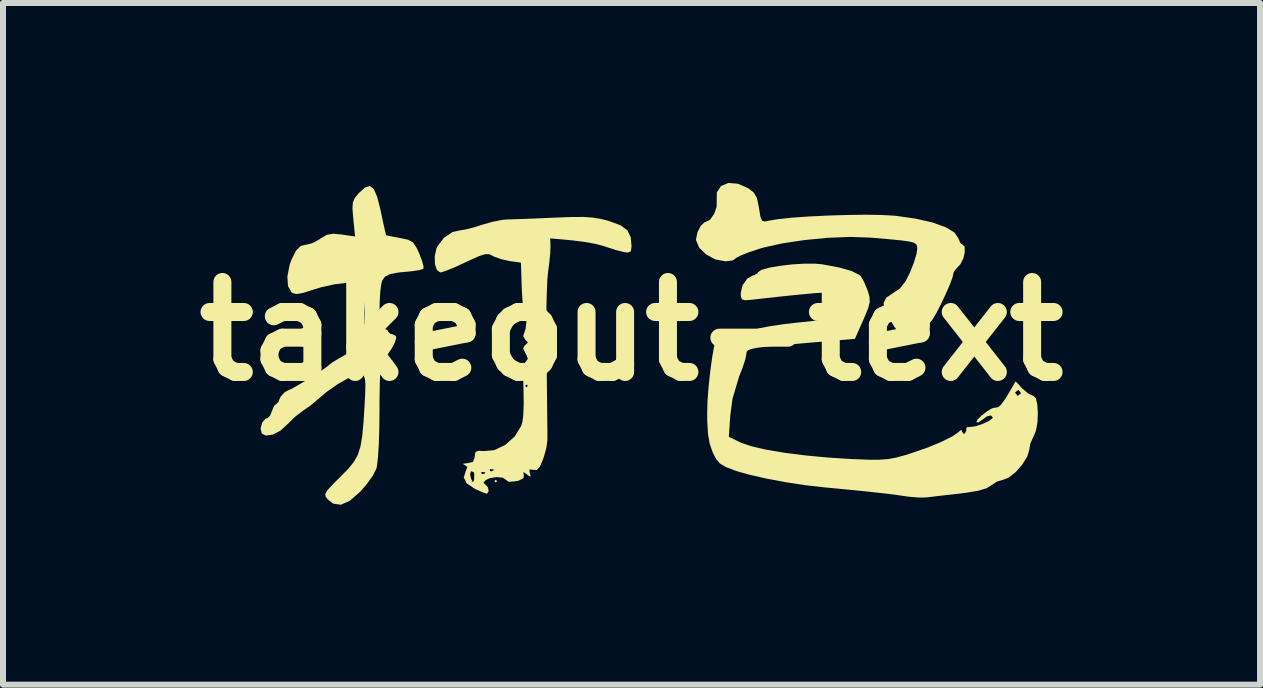
<source format=kicad_pcb>
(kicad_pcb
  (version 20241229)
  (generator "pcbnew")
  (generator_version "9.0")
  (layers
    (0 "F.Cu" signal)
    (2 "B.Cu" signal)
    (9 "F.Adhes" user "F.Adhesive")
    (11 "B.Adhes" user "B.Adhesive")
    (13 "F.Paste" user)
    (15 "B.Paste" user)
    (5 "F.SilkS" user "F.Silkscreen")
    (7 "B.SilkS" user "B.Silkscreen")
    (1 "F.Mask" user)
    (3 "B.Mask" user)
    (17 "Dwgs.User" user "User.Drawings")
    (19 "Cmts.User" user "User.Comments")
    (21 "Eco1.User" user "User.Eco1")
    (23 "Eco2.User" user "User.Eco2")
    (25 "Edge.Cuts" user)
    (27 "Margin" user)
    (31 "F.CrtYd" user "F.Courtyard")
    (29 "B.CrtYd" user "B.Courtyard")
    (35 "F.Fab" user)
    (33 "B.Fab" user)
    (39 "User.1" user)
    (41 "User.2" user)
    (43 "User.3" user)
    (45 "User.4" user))
  (footprint "takeout-text"
    (layer "F.Cu")
    (at 7.479 2.473)
    (property "Reference" "takeout-text" (at 0 0 0) (layer "F.SilkS") (effects (font (size 1.5 1.5) (thickness 0.3))))
    (attr board_only exclude_from_pos_files exclude_from_bom)
    (fp_poly (pts (xy -2.241 2.498) (xy -2.265 2.521) (xy -2.288 2.498) (xy -2.265 2.475)) (stroke (width 0) (type solid)) (fill yes) (layer "F.SilkS"))
    (fp_poly (pts (xy 1.773 -2.46) (xy 1.944 -2.385) (xy 2.037 -2.314) (xy 2.09 -2.223) (xy 2.121 -2.078) (xy 2.125 -2.054) (xy 2.147 -1.914) (xy 2.174 -1.846) (xy 2.22 -1.83) (xy 2.281 -1.842) (xy 2.442 -1.869) (xy 2.675 -1.894) (xy 2.958 -1.914) (xy 3.271 -1.929) (xy 3.591 -1.939) (xy 3.897 -1.943) (xy 4.168 -1.939) (xy 4.383 -1.927) (xy 4.405 -1.925) (xy 4.736 -1.878) (xy 5.016 -1.814) (xy 5.236 -1.735) (xy 5.383 -1.647) (xy 5.445 -1.557) (xy 5.481 -1.473) (xy 5.515 -1.447) (xy 5.552 -1.41) (xy 5.556 -1.321) (xy 5.531 -1.213) (xy 5.483 -1.119) (xy 5.463 -1.097) (xy 5.393 -1.023) (xy 5.369 -0.978) (xy 5.351 -0.897) (xy 5.301 -0.765) (xy 5.231 -0.606) (xy 5.153 -0.441) (xy 5.076 -0.293) (xy 5.011 -0.186) (xy 4.97 -0.14) (xy 4.968 -0.14) (xy 4.91 -0.103) (xy 4.903 -0.069) (xy 4.862 -0.004) (xy 4.765 0.055) (xy 4.646 0.09) (xy 4.605 0.093) (xy 4.522 0.066) (xy 4.475 0.035) (xy 4.392 -0.06) (xy 4.306 -0.198) (xy 4.236 -0.343) (xy 4.203 -0.458) (xy 4.202 -0.47) (xy 4.247 -0.561) (xy 4.362 -0.638) (xy 4.476 -0.715) (xy 4.57 -0.837) (xy 4.643 -0.982) (xy 4.707 -1.144) (xy 4.751 -1.29) (xy 4.763 -1.368) (xy 4.761 -1.415) (xy 4.747 -1.45) (xy 4.709 -1.476) (xy 4.633 -1.496) (xy 4.506 -1.514) (xy 4.315 -1.533) (xy 4.047 -1.556) (xy 3.969 -1.562) (xy 3.643 -1.573) (xy 3.27 -1.558) (xy 2.884 -1.521) (xy 2.516 -1.466) (xy 2.201 -1.396) (xy 2.131 -1.375) (xy 1.953 -1.316) (xy 1.815 -1.261) (xy 1.738 -1.221) (xy 1.728 -1.208) (xy 1.686 -1.181) (xy 1.585 -1.168) (xy 1.561 -1.167) (xy 1.396 -1.199) (xy 1.243 -1.281) (xy 1.128 -1.393) (xy 1.076 -1.518) (xy 1.075 -1.535) (xy 1.099 -1.652) (xy 1.153 -1.758) (xy 1.218 -1.818) (xy 1.235 -1.821) (xy 1.31 -1.861) (xy 1.378 -1.958) (xy 1.419 -2.076) (xy 1.42 -2.157) (xy 1.422 -2.315) (xy 1.492 -2.422) (xy 1.614 -2.473)) (stroke (width 0) (type solid)) (fill yes) (layer "F.SilkS"))
    (fp_poly (pts (xy -4.299 -2.374) (xy -4.242 -2.245) (xy -4.187 -2.031) (xy -4.177 -1.983) (xy -4.141 -1.81) (xy -4.111 -1.678) (xy -4.094 -1.608) (xy -4.092 -1.602) (xy -4.045 -1.59) (xy -3.936 -1.569) (xy -3.859 -1.555) (xy -3.724 -1.526) (xy -3.642 -1.48) (xy -3.582 -1.39) (xy -3.539 -1.294) (xy -3.489 -1.164) (xy -3.467 -1.07) (xy -3.471 -1.043) (xy -3.532 -1.021) (xy -3.647 -1.003) (xy -3.676 -1) (xy -3.891 -0.979) (xy -4.031 -0.951) (xy -4.114 -0.908) (xy -4.158 -0.843) (xy -4.173 -0.787) (xy -4.189 -0.661) (xy -4.199 -0.486) (xy -4.202 -0.344) (xy -4.197 -0.176) (xy -4.18 -0.083) (xy -4.146 -0.048) (xy -4.132 -0.047) (xy -4.07 -0.021) (xy -4.062 0) (xy -4.024 0.041) (xy -3.992 0.047) (xy -3.93 0.078) (xy -3.922 0.105) (xy -3.946 0.188) (xy -4.004 0.296) (xy -4.075 0.398) (xy -4.137 0.46) (xy -4.155 0.467) (xy -4.173 0.513) (xy -4.188 0.647) (xy -4.197 0.865) (xy -4.202 1.161) (xy -4.202 1.3) (xy -4.205 1.617) (xy -4.214 1.892) (xy -4.228 2.109) (xy -4.246 2.254) (xy -4.255 2.293) (xy -4.316 2.411) (xy -4.421 2.557) (xy -4.522 2.673) (xy -4.697 2.826) (xy -4.847 2.892) (xy -4.977 2.873) (xy -5.064 2.804) (xy -5.1 2.757) (xy -5.106 2.712) (xy -5.072 2.652) (xy -4.989 2.56) (xy -4.855 2.427) (xy -4.725 2.295) (xy -4.63 2.179) (xy -4.564 2.061) (xy -4.519 1.92) (xy -4.489 1.739) (xy -4.467 1.497) (xy -4.453 1.274) (xy -4.441 1.043) (xy -4.437 0.889) (xy -4.445 0.795) (xy -4.464 0.744) (xy -4.497 0.721) (xy -4.498 0.72) (xy -4.59 0.727) (xy -4.73 0.785) (xy -4.901 0.883) (xy -5.082 1.01) (xy -5.253 1.154) (xy -5.27 1.17) (xy -5.364 1.246) (xy -5.483 1.328) (xy -5.483 1.328) (xy -5.614 1.429) (xy -5.729 1.543) (xy -5.852 1.656) (xy -5.984 1.724) (xy -6.1 1.738) (xy -6.164 1.704) (xy -6.185 1.622) (xy -6.159 1.525) (xy -6.102 1.457) (xy -6.069 1.447) (xy -6.026 1.408) (xy -5.996 1.331) (xy -5.96 1.243) (xy -5.925 1.214) (xy -5.885 1.178) (xy -5.883 1.164) (xy -5.852 1.092) (xy -5.784 1.017) (xy -5.718 0.981) (xy -5.716 0.981) (xy -5.663 0.957) (xy -5.557 0.897) (xy -5.419 0.814) (xy -5.276 0.724) (xy -5.149 0.641) (xy -5.064 0.581) (xy -5.043 0.561) (xy -4.99 0.52) (xy -4.888 0.458) (xy -4.856 0.44) (xy -4.746 0.377) (xy -4.677 0.33) (xy -4.669 0.323) (xy -4.609 0.286) (xy -4.568 0.268) (xy -4.518 0.205) (xy -4.48 0.072) (xy -4.456 -0.108) (xy -4.45 -0.313) (xy -4.462 -0.519) (xy -4.471 -0.584) (xy -4.509 -0.817) (xy -4.764 -0.806) (xy -4.953 -0.783) (xy -5.17 -0.735) (xy -5.309 -0.693) (xy -5.474 -0.64) (xy -5.577 -0.621) (xy -5.643 -0.633) (xy -5.671 -0.652) (xy -5.728 -0.755) (xy -5.738 -0.914) (xy -5.701 -1.105) (xy -5.668 -1.197) (xy -5.593 -1.346) (xy -5.515 -1.423) (xy -5.412 -1.447) (xy -5.403 -1.447) (xy -5.31 -1.474) (xy -5.195 -1.539) (xy -5.185 -1.547) (xy -5.081 -1.608) (xy -4.972 -1.626) (xy -4.83 -1.613) (xy -4.609 -1.58) (xy -4.639 -1.876) (xy -4.653 -2.042) (xy -4.646 -2.148) (xy -4.613 -2.224) (xy -4.551 -2.3) (xy -4.446 -2.395) (xy -4.364 -2.422)) (stroke (width 0) (type solid)) (fill yes) (layer "F.SilkS"))
    (fp_poly (pts (xy -0.644 -1.895) (xy -0.505 -1.872) (xy -0.374 -1.837) (xy -0.183 -1.767) (xy -0.069 -1.683) (xy -0.013 -1.567) (xy 0 -1.416) (xy -0.012 -1.332) (xy -0.067 -1.312) (xy -0.128 -1.321) (xy -0.257 -1.353) (xy -0.412 -1.403) (xy -0.444 -1.414) (xy -0.584 -1.453) (xy -0.778 -1.489) (xy -0.983 -1.515) (xy -0.993 -1.516) (xy -1.356 -1.549) (xy -1.351 -1.416) (xy -1.356 -1.297) (xy -1.373 -1.129) (xy -1.39 -1.004) (xy -1.403 -0.871) (xy -1.412 -0.664) (xy -1.419 -0.402) (xy -1.422 -0.105) (xy -1.421 0.209) (xy -1.42 0.257) (xy -1.414 0.679) (xy -1.41 1.019) (xy -1.407 1.288) (xy -1.405 1.497) (xy -1.403 1.658) (xy -1.403 1.781) (xy -1.403 1.821) (xy -1.419 1.938) (xy -1.46 2.088) (xy -1.477 2.138) (xy -1.53 2.262) (xy -1.581 2.313) (xy -1.638 2.31) (xy -1.702 2.303) (xy -1.698 2.358) (xy -1.695 2.367) (xy -1.68 2.423) (xy -1.714 2.409) (xy -1.743 2.386) (xy -1.8 2.346) (xy -1.804 2.371) (xy -1.795 2.394) (xy -1.802 2.451) (xy -1.886 2.491) (xy -1.921 2.499) (xy -2.044 2.51) (xy -2.091 2.48) (xy -2.147 2.441) (xy -2.252 2.431) (xy -2.366 2.45) (xy -2.428 2.479) (xy -2.47 2.525) (xy -2.44 2.552) (xy -2.394 2.601) (xy -2.382 2.667) (xy -2.408 2.706) (xy -2.416 2.707) (xy -2.478 2.687) (xy -2.584 2.64) (xy -2.608 2.629) (xy -2.747 2.536) (xy -2.797 2.437) (xy -2.781 2.386) (xy -2.692 2.386) (xy -2.676 2.456) (xy -2.647 2.518) (xy -2.631 2.493) (xy -2.624 2.459) (xy -2.622 2.374) (xy -2.632 2.35) (xy -2.506 2.35) (xy -2.499 2.378) (xy -2.475 2.381) (xy -2.436 2.364) (xy -2.444 2.35) (xy -2.499 2.345) (xy -2.506 2.35) (xy -2.632 2.35) (xy -2.634 2.346) (xy -2.677 2.334) (xy -2.692 2.386) (xy -2.781 2.386) (xy -2.764 2.331) (xy -2.753 2.303) (xy -2.366 2.303) (xy -2.359 2.331) (xy -2.335 2.335) (xy -2.296 2.317) (xy -2.303 2.303) (xy -2.359 2.298) (xy -2.366 2.303) (xy -2.753 2.303) (xy -2.737 2.262) (xy -2.784 2.228) (xy -2.791 2.226) (xy -2.814 2.21) (xy -2.751 2.2) (xy -2.743 2.2) (xy -2.647 2.179) (xy -2.616 2.111) (xy -2.615 2.086) (xy -2.602 2.012) (xy -2.547 1.991) (xy -2.471 1.998) (xy -2.289 1.982) (xy -2.107 1.895) (xy -1.949 1.755) (xy -1.842 1.582) (xy -1.819 1.509) (xy -1.805 1.391) (xy -1.798 1.213) (xy -1.8 1.008) (xy -1.802 0.949) (xy -1.803 0.91) (xy -1.774 0.91) (xy -1.751 0.934) (xy -1.728 0.91) (xy -1.751 0.887) (xy -1.774 0.91) (xy -1.803 0.91) (xy -1.807 0.726) (xy -1.797 0.585) (xy -1.772 0.514) (xy -1.762 0.506) (xy -1.729 0.46) (xy -1.758 0.383) (xy -1.767 0.369) (xy -1.806 0.287) (xy -1.784 0.239) (xy -1.767 0.227) (xy -1.728 0.185) (xy -1.769 0.145) (xy -1.807 0.079) (xy -1.793 0.04) (xy -1.766 -0.041) (xy -1.754 -0.152) (xy -1.756 -0.258) (xy -1.774 -0.321) (xy -1.784 -0.327) (xy -1.8 -0.37) (xy -1.816 -0.485) (xy -1.827 -0.652) (xy -1.831 -0.735) (xy -1.844 -1.144) (xy -2.031 -1.17) (xy -2.178 -1.203) (xy -2.3 -1.249) (xy -2.316 -1.258) (xy -2.373 -1.285) (xy -2.442 -1.285) (xy -2.542 -1.253) (xy -2.696 -1.184) (xy -2.767 -1.151) (xy -2.938 -1.072) (xy -3.082 -1.013) (xy -3.175 -0.982) (xy -3.189 -0.981) (xy -3.246 -1.021) (xy -3.278 -1.121) (xy -3.281 -1.251) (xy -3.253 -1.38) (xy -3.24 -1.41) (xy -3.128 -1.558) (xy -2.984 -1.655) (xy -2.868 -1.681) (xy -2.772 -1.696) (xy -2.624 -1.734) (xy -2.502 -1.773) (xy -2.324 -1.824) (xy -2.151 -1.858) (xy -2.063 -1.865) (xy -1.951 -1.868) (xy -1.77 -1.874) (xy -1.544 -1.883) (xy -1.298 -1.894) (xy -1.278 -1.895) (xy -1.006 -1.905) (xy -0.802 -1.906)) (stroke (width 0) (type solid)) (fill yes) (layer "F.SilkS"))
    (fp_poly (pts (xy 3.175 -1.117) (xy 3.456 -1.065) (xy 3.667 -1.005) (xy 3.798 -0.94) (xy 3.824 -0.916) (xy 3.872 -0.833) (xy 3.926 -0.706) (xy 3.938 -0.675) (xy 3.967 -0.575) (xy 3.971 -0.488) (xy 3.946 -0.387) (xy 3.885 -0.239) (xy 3.862 -0.185) (xy 3.724 0.126) (xy 3.064 0.182) (xy 2.708 0.213) (xy 2.434 0.237) (xy 2.232 0.258) (xy 2.091 0.276) (xy 1.999 0.295) (xy 1.946 0.314) (xy 1.922 0.338) (xy 1.915 0.366) (xy 1.914 0.381) (xy 1.897 0.468) (xy 1.851 0.609) (xy 1.792 0.759) (xy 1.683 1.126) (xy 1.646 1.404) (xy 1.622 1.76) (xy 1.826 1.858) (xy 1.994 1.916) (xy 2.238 1.973) (xy 2.546 2.025) (xy 2.899 2.07) (xy 3.284 2.106) (xy 3.685 2.131) (xy 3.689 2.131) (xy 3.941 2.141) (xy 4.127 2.142) (xy 4.275 2.131) (xy 4.412 2.106) (xy 4.565 2.064) (xy 4.669 2.031) (xy 4.935 1.939) (xy 5.165 1.844) (xy 5.345 1.754) (xy 5.456 1.677) (xy 5.474 1.658) (xy 5.504 1.645) (xy 5.509 1.672) (xy 5.536 1.71) (xy 5.557 1.704) (xy 5.584 1.648) (xy 5.578 1.631) (xy 5.592 1.599) (xy 5.635 1.596) (xy 5.729 1.585) (xy 5.847 1.547) (xy 5.955 1.498) (xy 6.018 1.45) (xy 6.023 1.437) (xy 5.992 1.402) (xy 5.921 1.421) (xy 5.851 1.473) (xy 5.783 1.519) (xy 5.749 1.516) (xy 5.765 1.476) (xy 5.832 1.409) (xy 5.921 1.339) (xy 6.004 1.288) (xy 6.034 1.278) (xy 6.112 1.266) (xy 6.158 1.226) (xy 6.229 1.129) (xy 6.279 1.048) (xy 6.291 1.027) (xy 6.397 1.027) (xy 6.432 1.073) (xy 6.443 1.074) (xy 6.489 1.038) (xy 6.49 1.027) (xy 6.455 0.982) (xy 6.443 0.981) (xy 6.398 1.016) (xy 6.397 1.027) (xy 6.291 1.027) (xy 6.404 0.835) (xy 6.515 0.954) (xy 6.61 1.036) (xy 6.692 1.074) (xy 6.698 1.074) (xy 6.74 1.115) (xy 6.765 1.222) (xy 6.774 1.366) (xy 6.767 1.521) (xy 6.742 1.659) (xy 6.702 1.754) (xy 6.648 1.871) (xy 6.632 1.973) (xy 6.598 2.088) (xy 6.514 2.222) (xy 6.403 2.349) (xy 6.287 2.441) (xy 6.196 2.475) (xy 6.091 2.506) (xy 6.002 2.566) (xy 5.919 2.617) (xy 5.784 2.658) (xy 5.579 2.692) (xy 5.462 2.707) (xy 5.255 2.73) (xy 5.072 2.751) (xy 4.94 2.767) (xy 4.903 2.771) (xy 4.79 2.772) (xy 4.63 2.759) (xy 4.529 2.745) (xy 4.41 2.727) (xy 4.267 2.709) (xy 4.087 2.689) (xy 3.855 2.664) (xy 3.558 2.635) (xy 3.183 2.599) (xy 3.175 2.598) (xy 2.88 2.564) (xy 2.564 2.515) (xy 2.254 2.457) (xy 1.978 2.395) (xy 1.764 2.335) (xy 1.737 2.326) (xy 1.574 2.264) (xy 1.474 2.205) (xy 1.408 2.127) (xy 1.352 2.016) (xy 1.303 1.877) (xy 1.275 1.713) (xy 1.262 1.497) (xy 1.261 1.362) (xy 1.267 1.151) (xy 1.286 0.91) (xy 1.313 0.661) (xy 1.346 0.423) (xy 1.383 0.216) (xy 1.419 0.062) (xy 1.453 -0.02) (xy 1.455 -0.021) (xy 1.49 -0.033) (xy 1.494 -0.009) (xy 1.535 0.029) (xy 1.639 0.045) (xy 1.779 0.039) (xy 1.928 0.011) (xy 2.014 -0.018) (xy 2.123 -0.048) (xy 2.3 -0.083) (xy 2.518 -0.116) (xy 2.72 -0.14) (xy 3.269 -0.198) (xy 3.332 -0.414) (xy 3.367 -0.545) (xy 3.371 -0.611) (xy 3.341 -0.638) (xy 3.312 -0.645) (xy 3.226 -0.646) (xy 3.056 -0.635) (xy 2.811 -0.613) (xy 2.499 -0.581) (xy 2.129 -0.54) (xy 2.019 -0.527) (xy 1.895 -0.517) (xy 1.838 -0.533) (xy 1.822 -0.592) (xy 1.821 -0.642) (xy 1.852 -0.769) (xy 1.928 -0.877) (xy 2.024 -0.932) (xy 2.043 -0.934) (xy 2.103 -0.971) (xy 2.111 -0.987) (xy 2.166 -1.024) (xy 2.293 -1.06) (xy 2.468 -1.09) (xy 2.669 -1.114) (xy 2.873 -1.127) (xy 3.059 -1.127)) (stroke (width 0) (type solid)) (fill yes) (layer "F.SilkS")))
  (gr_rect
    (start -3 -3)
    (end 17.957 8.365)
    (stroke (width 0.1) (type default))
    (fill no)
    (layer "Edge.Cuts")))
</source>
